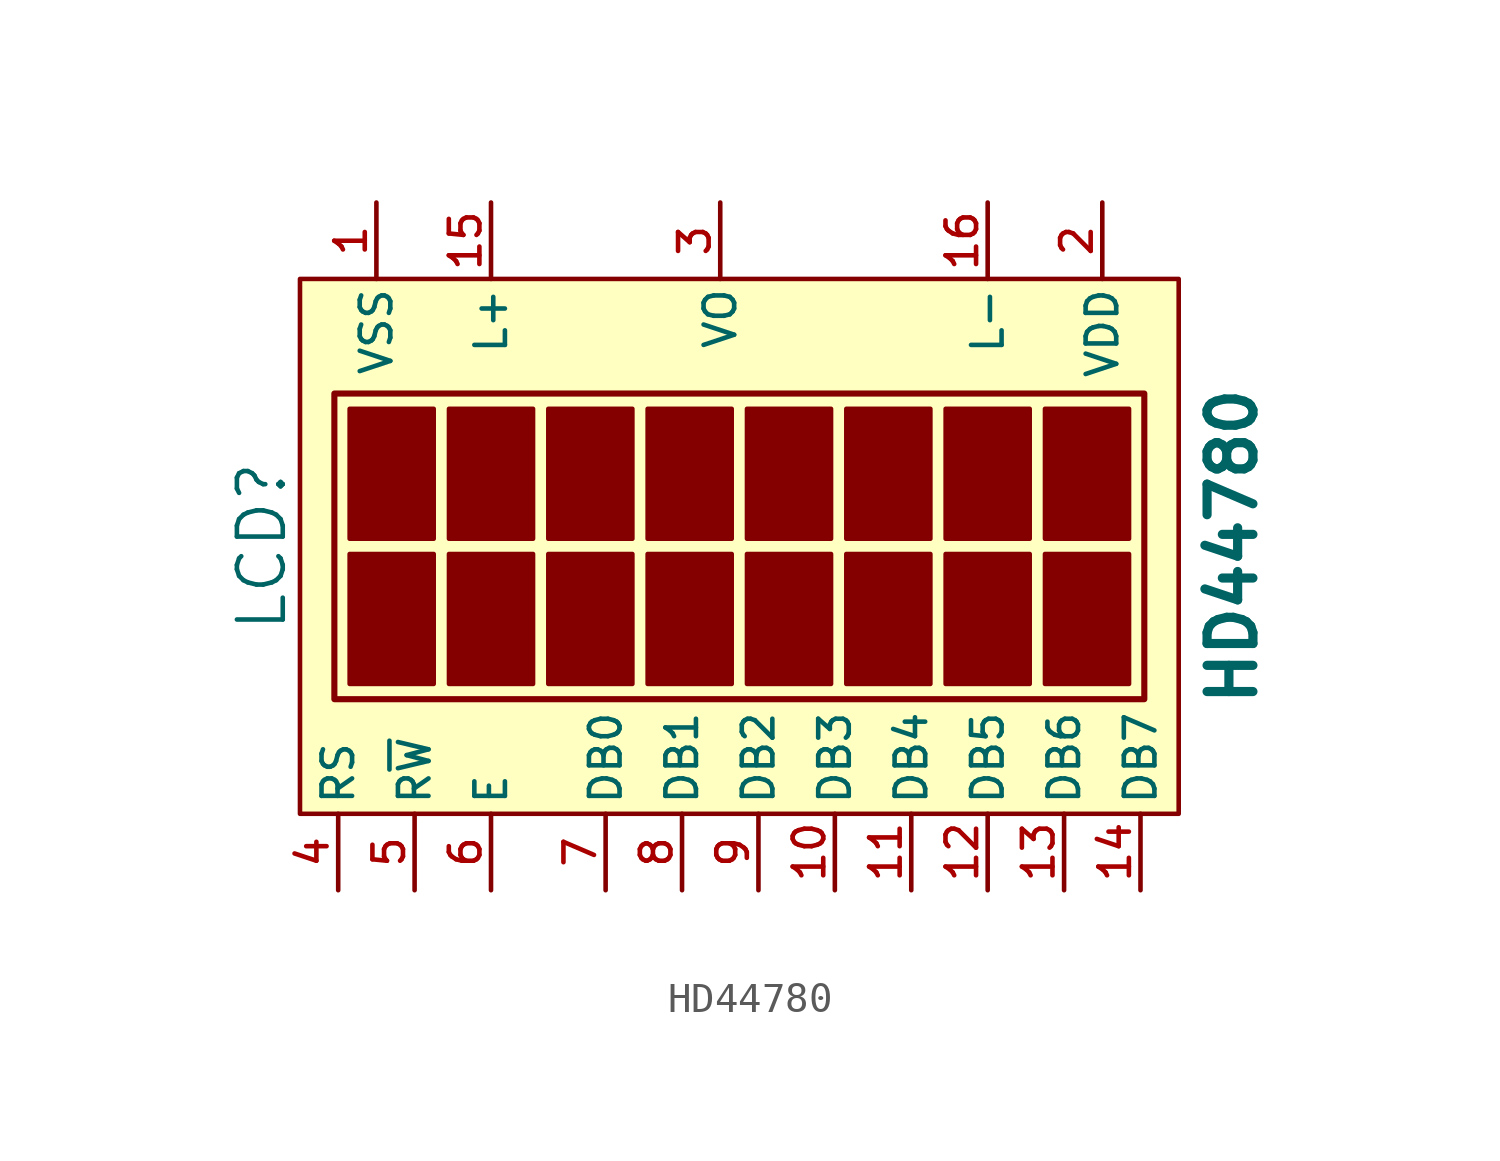
<source format=kicad_sym>
(kicad_symbol_lib
  (version 20220914)
  (generator kicad_symbol_editor)
  (symbol "HD44780"
    (pin_names
      (offset 0.254))
    (property "Reference" "LCD"
      (at -15.24 0 90)
      (effects (font (size 1.524 1.524))))
    (property "Value" "HD44780"
      (at 17.018 0 90)
      (effects (font (size 1.524 1.524) bold)))
    (symbol "HD44780_0_1"
      (rectangle (start -13.97 8.89) (end 15.24 -8.89) (stroke (width 0) (type solid)) (fill (type background)))
      (rectangle (start -12.827 5.08) (end 14.097 -5.08) (stroke (width 0.203) (type solid)) (fill (type none)))
      (rectangle (start -12.319 -0.254) (end -9.525 -4.572) (stroke (width 0) (type solid)) (fill (type outline)))
      (rectangle (start -12.319 4.572) (end -9.525 0.254) (stroke (width 0) (type solid)) (fill (type outline)))
      (rectangle (start -9.017 -0.254) (end -6.223 -4.572) (stroke (width 0) (type solid)) (fill (type outline)))
      (rectangle (start -9.017 4.572) (end -6.223 0.254) (stroke (width 0) (type solid)) (fill (type outline)))
      (rectangle (start -5.715 -0.254) (end -2.921 -4.572) (stroke (width 0) (type solid)) (fill (type outline)))
      (rectangle (start -5.715 4.572) (end -2.921 0.254) (stroke (width 0) (type solid)) (fill (type outline)))
      (rectangle (start -2.413 -0.254) (end 0.381 -4.572) (stroke (width 0) (type solid)) (fill (type outline)))
      (rectangle (start -2.413 4.572) (end 0.381 0.254) (stroke (width 0) (type solid)) (fill (type outline)))
      (rectangle (start 0.889 -0.254) (end 3.683 -4.572) (stroke (width 0) (type solid)) (fill (type outline)))
      (rectangle (start 0.889 4.572) (end 3.683 0.254) (stroke (width 0) (type solid)) (fill (type outline)))
      (rectangle (start 4.191 -0.254) (end 6.985 -4.572) (stroke (width 0) (type solid)) (fill (type outline)))
      (rectangle (start 4.191 4.572) (end 6.985 0.254) (stroke (width 0) (type solid)) (fill (type outline)))
      (rectangle (start 7.493 -0.254) (end 10.287 -4.572) (stroke (width 0) (type solid)) (fill (type outline)))
      (rectangle (start 7.493 4.572) (end 10.287 0.254) (stroke (width 0) (type solid)) (fill (type outline)))
      (rectangle (start 10.795 -0.254) (end 13.589 -4.572) (stroke (width 0) (type solid)) (fill (type outline)))
      (rectangle (start 10.795 4.572) (end 13.589 0.254) (stroke (width 0) (type solid)) (fill (type outline))))
    (symbol "HD44780_1_1"
      (pin power_in line (at -11.43 11.43 270) (length 2.54) (name "VSS" (effects (font (size 1.016 1.016)))) (number "1" (effects (font (size 1.016 1.016)))))
      (pin bidirectional line (at 3.81 -11.43 90) (length 2.54) (name "DB3" (effects (font (size 1.016 1.016)))) (number "10" (effects (font (size 1.016 1.016)))))
      (pin bidirectional line (at 6.35 -11.43 90) (length 2.54) (name "DB4" (effects (font (size 1.016 1.016)))) (number "11" (effects (font (size 1.016 1.016)))))
      (pin bidirectional line (at 8.89 -11.43 90) (length 2.54) (name "DB5" (effects (font (size 1.016 1.016)))) (number "12" (effects (font (size 1.016 1.016)))))
      (pin bidirectional line (at 11.43 -11.43 90) (length 2.54) (name "DB6" (effects (font (size 1.016 1.016)))) (number "13" (effects (font (size 1.016 1.016)))))
      (pin bidirectional line (at 13.97 -11.43 90) (length 2.54) (name "DB7" (effects (font (size 1.016 1.016)))) (number "14" (effects (font (size 1.016 1.016)))))
      (pin passive line (at -7.62 11.43 270) (length 2.54) (name "L+" (effects (font (size 1.016 1.016)))) (number "15" (effects (font (size 1.016 1.016)))))
      (pin passive line (at 8.89 11.43 270) (length 2.54) (name "L-" (effects (font (size 1.016 1.016)))) (number "16" (effects (font (size 1.016 1.016)))))
      (pin power_in line (at 12.7 11.43 270) (length 2.54) (name "VDD" (effects (font (size 1.016 1.016)))) (number "2" (effects (font (size 1.016 1.016)))))
      (pin input line (at 0 11.43 270) (length 2.54) (name "VO" (effects (font (size 1.016 1.016)))) (number "3" (effects (font (size 1.016 1.016)))))
      (pin input line (at -12.7 -11.43 90) (length 2.54) (name "RS" (effects (font (size 1.016 1.016)))) (number "4" (effects (font (size 1.016 1.016)))))
      (pin input line (at -10.16 -11.43 90) (length 2.54) (name "R~{W}" (effects (font (size 1.016 1.016)))) (number "5" (effects (font (size 1.016 1.016)))))
      (pin input line (at -7.62 -11.43 90) (length 2.54) (name "E" (effects (font (size 1.016 1.016)))) (number "6" (effects (font (size 1.016 1.016)))))
      (pin bidirectional line (at -3.81 -11.43 90) (length 2.54) (name "DB0" (effects (font (size 1.016 1.016)))) (number "7" (effects (font (size 1.016 1.016)))))
      (pin bidirectional line (at -1.27 -11.43 90) (length 2.54) (name "DB1" (effects (font (size 1.016 1.016)))) (number "8" (effects (font (size 1.016 1.016)))))
      (pin bidirectional line (at 1.27 -11.43 90) (length 2.54) (name "DB2" (effects (font (size 1.016 1.016)))) (number "9" (effects (font (size 1.016 1.016))))))))
</source>
